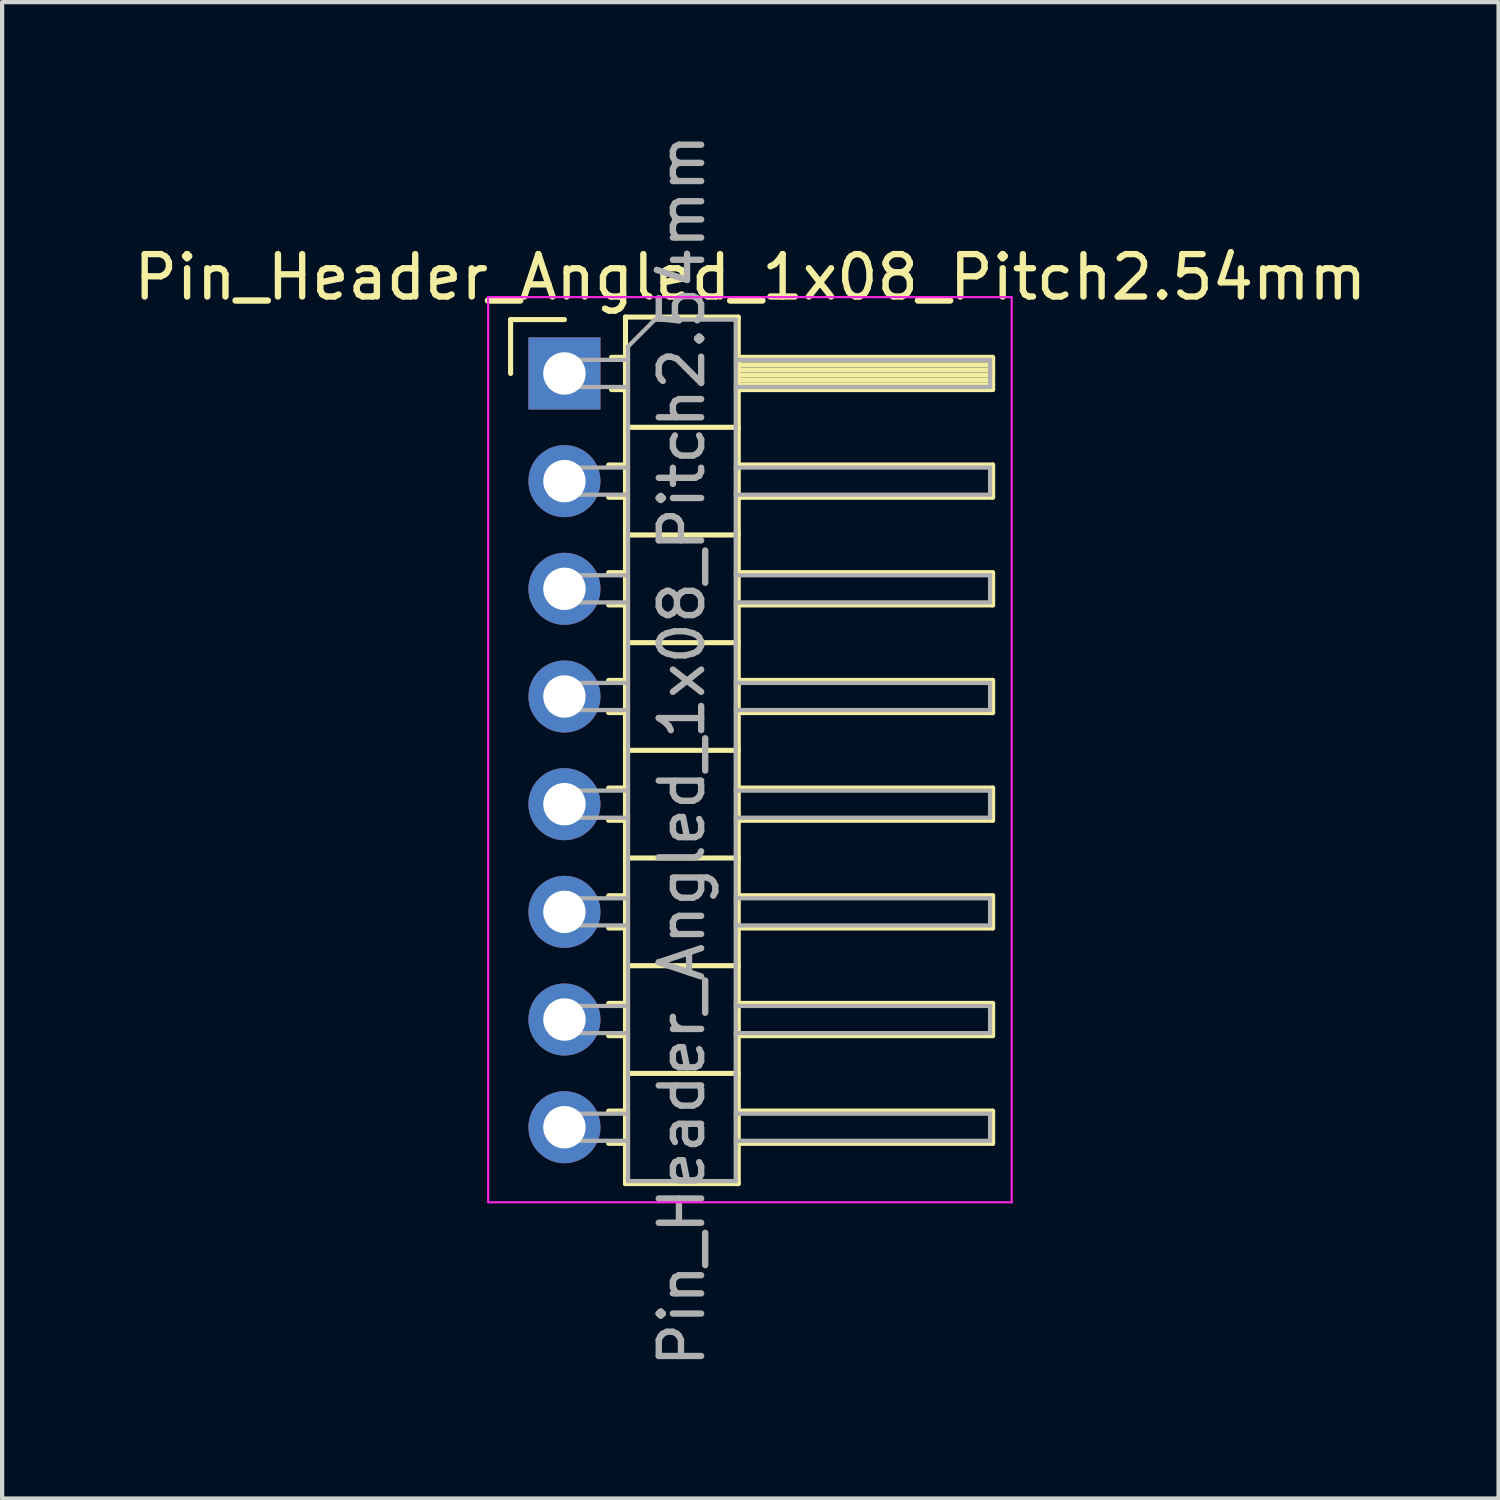
<source format=kicad_pcb>
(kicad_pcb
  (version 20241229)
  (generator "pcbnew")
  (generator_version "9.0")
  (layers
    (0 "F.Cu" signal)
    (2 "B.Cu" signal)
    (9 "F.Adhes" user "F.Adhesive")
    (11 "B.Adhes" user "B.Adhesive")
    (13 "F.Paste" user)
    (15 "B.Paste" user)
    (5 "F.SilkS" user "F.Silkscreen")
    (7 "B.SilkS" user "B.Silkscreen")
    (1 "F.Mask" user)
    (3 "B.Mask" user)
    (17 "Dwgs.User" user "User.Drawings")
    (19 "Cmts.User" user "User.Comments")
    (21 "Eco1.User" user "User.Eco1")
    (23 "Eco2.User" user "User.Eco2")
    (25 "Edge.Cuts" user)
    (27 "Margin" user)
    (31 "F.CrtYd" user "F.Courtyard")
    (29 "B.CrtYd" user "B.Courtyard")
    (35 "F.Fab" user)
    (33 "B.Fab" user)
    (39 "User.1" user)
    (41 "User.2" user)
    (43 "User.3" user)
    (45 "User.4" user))
  (footprint "Pin_Header_Angled_1x08_Pitch2.54mm"
    (layer "F.Cu")
    (at 10.264 5.759)
    (property "Reference" "Pin_Header_Angled_1x08_Pitch2.54mm" (at 4.385 -2.27 0) (layer "F.SilkS") (effects (font (size 1 1) (thickness 0.15))))
    (attr through_hole)
    (fp_line (start -1.27 -1.27) (end 0 -1.27) (stroke (width 0.12) (type solid)) (layer "F.SilkS"))
    (fp_line (start -1.27 0) (end -1.27 -1.27) (stroke (width 0.12) (type solid)) (layer "F.SilkS"))
    (fp_line (start 1.043 2.16) (end 1.44 2.16) (stroke (width 0.12) (type solid)) (layer "F.SilkS"))
    (fp_line (start 1.043 2.92) (end 1.44 2.92) (stroke (width 0.12) (type solid)) (layer "F.SilkS"))
    (fp_line (start 1.043 4.7) (end 1.44 4.7) (stroke (width 0.12) (type solid)) (layer "F.SilkS"))
    (fp_line (start 1.043 5.46) (end 1.44 5.46) (stroke (width 0.12) (type solid)) (layer "F.SilkS"))
    (fp_line (start 1.043 7.24) (end 1.44 7.24) (stroke (width 0.12) (type solid)) (layer "F.SilkS"))
    (fp_line (start 1.043 8) (end 1.44 8) (stroke (width 0.12) (type solid)) (layer "F.SilkS"))
    (fp_line (start 1.043 9.78) (end 1.44 9.78) (stroke (width 0.12) (type solid)) (layer "F.SilkS"))
    (fp_line (start 1.043 10.54) (end 1.44 10.54) (stroke (width 0.12) (type solid)) (layer "F.SilkS"))
    (fp_line (start 1.043 12.32) (end 1.44 12.32) (stroke (width 0.12) (type solid)) (layer "F.SilkS"))
    (fp_line (start 1.043 13.08) (end 1.44 13.08) (stroke (width 0.12) (type solid)) (layer "F.SilkS"))
    (fp_line (start 1.043 14.86) (end 1.44 14.86) (stroke (width 0.12) (type solid)) (layer "F.SilkS"))
    (fp_line (start 1.043 15.62) (end 1.44 15.62) (stroke (width 0.12) (type solid)) (layer "F.SilkS"))
    (fp_line (start 1.043 17.4) (end 1.44 17.4) (stroke (width 0.12) (type solid)) (layer "F.SilkS"))
    (fp_line (start 1.043 18.16) (end 1.44 18.16) (stroke (width 0.12) (type solid)) (layer "F.SilkS"))
    (fp_line (start 1.11 -0.38) (end 1.44 -0.38) (stroke (width 0.12) (type solid)) (layer "F.SilkS"))
    (fp_line (start 1.11 0.38) (end 1.44 0.38) (stroke (width 0.12) (type solid)) (layer "F.SilkS"))
    (fp_line (start 1.44 -1.33) (end 1.44 19.11) (stroke (width 0.12) (type solid)) (layer "F.SilkS"))
    (fp_line (start 1.44 1.27) (end 4.1 1.27) (stroke (width 0.12) (type solid)) (layer "F.SilkS"))
    (fp_line (start 1.44 3.81) (end 4.1 3.81) (stroke (width 0.12) (type solid)) (layer "F.SilkS"))
    (fp_line (start 1.44 6.35) (end 4.1 6.35) (stroke (width 0.12) (type solid)) (layer "F.SilkS"))
    (fp_line (start 1.44 8.89) (end 4.1 8.89) (stroke (width 0.12) (type solid)) (layer "F.SilkS"))
    (fp_line (start 1.44 11.43) (end 4.1 11.43) (stroke (width 0.12) (type solid)) (layer "F.SilkS"))
    (fp_line (start 1.44 13.97) (end 4.1 13.97) (stroke (width 0.12) (type solid)) (layer "F.SilkS"))
    (fp_line (start 1.44 16.51) (end 4.1 16.51) (stroke (width 0.12) (type solid)) (layer "F.SilkS"))
    (fp_line (start 1.44 19.11) (end 4.1 19.11) (stroke (width 0.12) (type solid)) (layer "F.SilkS"))
    (fp_line (start 4.1 -1.33) (end 1.44 -1.33) (stroke (width 0.12) (type solid)) (layer "F.SilkS"))
    (fp_line (start 4.1 -0.38) (end 10.1 -0.38) (stroke (width 0.12) (type solid)) (layer "F.SilkS"))
    (fp_line (start 4.1 -0.32) (end 10.1 -0.32) (stroke (width 0.12) (type solid)) (layer "F.SilkS"))
    (fp_line (start 4.1 -0.2) (end 10.1 -0.2) (stroke (width 0.12) (type solid)) (layer "F.SilkS"))
    (fp_line (start 4.1 -0.08) (end 10.1 -0.08) (stroke (width 0.12) (type solid)) (layer "F.SilkS"))
    (fp_line (start 4.1 0.04) (end 10.1 0.04) (stroke (width 0.12) (type solid)) (layer "F.SilkS"))
    (fp_line (start 4.1 0.16) (end 10.1 0.16) (stroke (width 0.12) (type solid)) (layer "F.SilkS"))
    (fp_line (start 4.1 0.28) (end 10.1 0.28) (stroke (width 0.12) (type solid)) (layer "F.SilkS"))
    (fp_line (start 4.1 2.16) (end 10.1 2.16) (stroke (width 0.12) (type solid)) (layer "F.SilkS"))
    (fp_line (start 4.1 4.7) (end 10.1 4.7) (stroke (width 0.12) (type solid)) (layer "F.SilkS"))
    (fp_line (start 4.1 7.24) (end 10.1 7.24) (stroke (width 0.12) (type solid)) (layer "F.SilkS"))
    (fp_line (start 4.1 9.78) (end 10.1 9.78) (stroke (width 0.12) (type solid)) (layer "F.SilkS"))
    (fp_line (start 4.1 12.32) (end 10.1 12.32) (stroke (width 0.12) (type solid)) (layer "F.SilkS"))
    (fp_line (start 4.1 14.86) (end 10.1 14.86) (stroke (width 0.12) (type solid)) (layer "F.SilkS"))
    (fp_line (start 4.1 17.4) (end 10.1 17.4) (stroke (width 0.12) (type solid)) (layer "F.SilkS"))
    (fp_line (start 4.1 19.11) (end 4.1 -1.33) (stroke (width 0.12) (type solid)) (layer "F.SilkS"))
    (fp_line (start 10.1 -0.38) (end 10.1 0.38) (stroke (width 0.12) (type solid)) (layer "F.SilkS"))
    (fp_line (start 10.1 0.38) (end 4.1 0.38) (stroke (width 0.12) (type solid)) (layer "F.SilkS"))
    (fp_line (start 10.1 2.16) (end 10.1 2.92) (stroke (width 0.12) (type solid)) (layer "F.SilkS"))
    (fp_line (start 10.1 2.92) (end 4.1 2.92) (stroke (width 0.12) (type solid)) (layer "F.SilkS"))
    (fp_line (start 10.1 4.7) (end 10.1 5.46) (stroke (width 0.12) (type solid)) (layer "F.SilkS"))
    (fp_line (start 10.1 5.46) (end 4.1 5.46) (stroke (width 0.12) (type solid)) (layer "F.SilkS"))
    (fp_line (start 10.1 7.24) (end 10.1 8) (stroke (width 0.12) (type solid)) (layer "F.SilkS"))
    (fp_line (start 10.1 8) (end 4.1 8) (stroke (width 0.12) (type solid)) (layer "F.SilkS"))
    (fp_line (start 10.1 9.78) (end 10.1 10.54) (stroke (width 0.12) (type solid)) (layer "F.SilkS"))
    (fp_line (start 10.1 10.54) (end 4.1 10.54) (stroke (width 0.12) (type solid)) (layer "F.SilkS"))
    (fp_line (start 10.1 12.32) (end 10.1 13.08) (stroke (width 0.12) (type solid)) (layer "F.SilkS"))
    (fp_line (start 10.1 13.08) (end 4.1 13.08) (stroke (width 0.12) (type solid)) (layer "F.SilkS"))
    (fp_line (start 10.1 14.86) (end 10.1 15.62) (stroke (width 0.12) (type solid)) (layer "F.SilkS"))
    (fp_line (start 10.1 15.62) (end 4.1 15.62) (stroke (width 0.12) (type solid)) (layer "F.SilkS"))
    (fp_line (start 10.1 17.4) (end 10.1 18.16) (stroke (width 0.12) (type solid)) (layer "F.SilkS"))
    (fp_line (start 10.1 18.16) (end 4.1 18.16) (stroke (width 0.12) (type solid)) (layer "F.SilkS"))
    (fp_line (start -1.8 -1.8) (end -1.8 19.55) (stroke (width 0.05) (type solid)) (layer "F.CrtYd"))
    (fp_line (start -1.8 19.55) (end 10.55 19.55) (stroke (width 0.05) (type solid)) (layer "F.CrtYd"))
    (fp_line (start 10.55 -1.8) (end -1.8 -1.8) (stroke (width 0.05) (type solid)) (layer "F.CrtYd"))
    (fp_line (start 10.55 19.55) (end 10.55 -1.8) (stroke (width 0.05) (type solid)) (layer "F.CrtYd"))
    (fp_line (start -0.32 -0.32) (end -0.32 0.32) (stroke (width 0.1) (type solid)) (layer "F.Fab"))
    (fp_line (start -0.32 -0.32) (end 1.5 -0.32) (stroke (width 0.1) (type solid)) (layer "F.Fab"))
    (fp_line (start -0.32 0.32) (end 1.5 0.32) (stroke (width 0.1) (type solid)) (layer "F.Fab"))
    (fp_line (start -0.32 2.22) (end -0.32 2.86) (stroke (width 0.1) (type solid)) (layer "F.Fab"))
    (fp_line (start -0.32 2.22) (end 1.5 2.22) (stroke (width 0.1) (type solid)) (layer "F.Fab"))
    (fp_line (start -0.32 2.86) (end 1.5 2.86) (stroke (width 0.1) (type solid)) (layer "F.Fab"))
    (fp_line (start -0.32 4.76) (end -0.32 5.4) (stroke (width 0.1) (type solid)) (layer "F.Fab"))
    (fp_line (start -0.32 4.76) (end 1.5 4.76) (stroke (width 0.1) (type solid)) (layer "F.Fab"))
    (fp_line (start -0.32 5.4) (end 1.5 5.4) (stroke (width 0.1) (type solid)) (layer "F.Fab"))
    (fp_line (start -0.32 7.3) (end -0.32 7.94) (stroke (width 0.1) (type solid)) (layer "F.Fab"))
    (fp_line (start -0.32 7.3) (end 1.5 7.3) (stroke (width 0.1) (type solid)) (layer "F.Fab"))
    (fp_line (start -0.32 7.94) (end 1.5 7.94) (stroke (width 0.1) (type solid)) (layer "F.Fab"))
    (fp_line (start -0.32 9.84) (end -0.32 10.48) (stroke (width 0.1) (type solid)) (layer "F.Fab"))
    (fp_line (start -0.32 9.84) (end 1.5 9.84) (stroke (width 0.1) (type solid)) (layer "F.Fab"))
    (fp_line (start -0.32 10.48) (end 1.5 10.48) (stroke (width 0.1) (type solid)) (layer "F.Fab"))
    (fp_line (start -0.32 12.38) (end -0.32 13.02) (stroke (width 0.1) (type solid)) (layer "F.Fab"))
    (fp_line (start -0.32 12.38) (end 1.5 12.38) (stroke (width 0.1) (type solid)) (layer "F.Fab"))
    (fp_line (start -0.32 13.02) (end 1.5 13.02) (stroke (width 0.1) (type solid)) (layer "F.Fab"))
    (fp_line (start -0.32 14.92) (end -0.32 15.56) (stroke (width 0.1) (type solid)) (layer "F.Fab"))
    (fp_line (start -0.32 14.92) (end 1.5 14.92) (stroke (width 0.1) (type solid)) (layer "F.Fab"))
    (fp_line (start -0.32 15.56) (end 1.5 15.56) (stroke (width 0.1) (type solid)) (layer "F.Fab"))
    (fp_line (start -0.32 17.46) (end -0.32 18.1) (stroke (width 0.1) (type solid)) (layer "F.Fab"))
    (fp_line (start -0.32 17.46) (end 1.5 17.46) (stroke (width 0.1) (type solid)) (layer "F.Fab"))
    (fp_line (start -0.32 18.1) (end 1.5 18.1) (stroke (width 0.1) (type solid)) (layer "F.Fab"))
    (fp_line (start 1.5 -0.635) (end 2.135 -1.27) (stroke (width 0.1) (type solid)) (layer "F.Fab"))
    (fp_line (start 1.5 19.05) (end 1.5 -0.635) (stroke (width 0.1) (type solid)) (layer "F.Fab"))
    (fp_line (start 2.135 -1.27) (end 4.04 -1.27) (stroke (width 0.1) (type solid)) (layer "F.Fab"))
    (fp_line (start 4.04 -1.27) (end 4.04 19.05) (stroke (width 0.1) (type solid)) (layer "F.Fab"))
    (fp_line (start 4.04 -0.32) (end 10.04 -0.32) (stroke (width 0.1) (type solid)) (layer "F.Fab"))
    (fp_line (start 4.04 0.32) (end 10.04 0.32) (stroke (width 0.1) (type solid)) (layer "F.Fab"))
    (fp_line (start 4.04 2.22) (end 10.04 2.22) (stroke (width 0.1) (type solid)) (layer "F.Fab"))
    (fp_line (start 4.04 2.86) (end 10.04 2.86) (stroke (width 0.1) (type solid)) (layer "F.Fab"))
    (fp_line (start 4.04 4.76) (end 10.04 4.76) (stroke (width 0.1) (type solid)) (layer "F.Fab"))
    (fp_line (start 4.04 5.4) (end 10.04 5.4) (stroke (width 0.1) (type solid)) (layer "F.Fab"))
    (fp_line (start 4.04 7.3) (end 10.04 7.3) (stroke (width 0.1) (type solid)) (layer "F.Fab"))
    (fp_line (start 4.04 7.94) (end 10.04 7.94) (stroke (width 0.1) (type solid)) (layer "F.Fab"))
    (fp_line (start 4.04 9.84) (end 10.04 9.84) (stroke (width 0.1) (type solid)) (layer "F.Fab"))
    (fp_line (start 4.04 10.48) (end 10.04 10.48) (stroke (width 0.1) (type solid)) (layer "F.Fab"))
    (fp_line (start 4.04 12.38) (end 10.04 12.38) (stroke (width 0.1) (type solid)) (layer "F.Fab"))
    (fp_line (start 4.04 13.02) (end 10.04 13.02) (stroke (width 0.1) (type solid)) (layer "F.Fab"))
    (fp_line (start 4.04 14.92) (end 10.04 14.92) (stroke (width 0.1) (type solid)) (layer "F.Fab"))
    (fp_line (start 4.04 15.56) (end 10.04 15.56) (stroke (width 0.1) (type solid)) (layer "F.Fab"))
    (fp_line (start 4.04 17.46) (end 10.04 17.46) (stroke (width 0.1) (type solid)) (layer "F.Fab"))
    (fp_line (start 4.04 18.1) (end 10.04 18.1) (stroke (width 0.1) (type solid)) (layer "F.Fab"))
    (fp_line (start 4.04 19.05) (end 1.5 19.05) (stroke (width 0.1) (type solid)) (layer "F.Fab"))
    (fp_line (start 10.04 -0.32) (end 10.04 0.32) (stroke (width 0.1) (type solid)) (layer "F.Fab"))
    (fp_line (start 10.04 2.22) (end 10.04 2.86) (stroke (width 0.1) (type solid)) (layer "F.Fab"))
    (fp_line (start 10.04 4.76) (end 10.04 5.4) (stroke (width 0.1) (type solid)) (layer "F.Fab"))
    (fp_line (start 10.04 7.3) (end 10.04 7.94) (stroke (width 0.1) (type solid)) (layer "F.Fab"))
    (fp_line (start 10.04 9.84) (end 10.04 10.48) (stroke (width 0.1) (type solid)) (layer "F.Fab"))
    (fp_line (start 10.04 12.38) (end 10.04 13.02) (stroke (width 0.1) (type solid)) (layer "F.Fab"))
    (fp_line (start 10.04 14.92) (end 10.04 15.56) (stroke (width 0.1) (type solid)) (layer "F.Fab"))
    (fp_line (start 10.04 17.46) (end 10.04 18.1) (stroke (width 0.1) (type solid)) (layer "F.Fab"))
    (fp_text user "${REFERENCE}" (at 2.77 8.89 90) (layer "F.Fab") (effects (font (size 1 1) (thickness 0.15))))
    (pad "1" thru_hole rect (at 0 0) (size 1.7 1.7) (drill 1) (layers "*.Cu" "*.Mask"))
    (pad "2" thru_hole oval (at 0 2.54) (size 1.7 1.7) (drill 1) (layers "*.Cu" "*.Mask"))
    (pad "3" thru_hole oval (at 0 5.08) (size 1.7 1.7) (drill 1) (layers "*.Cu" "*.Mask"))
    (pad "4" thru_hole oval (at 0 7.62) (size 1.7 1.7) (drill 1) (layers "*.Cu" "*.Mask"))
    (pad "5" thru_hole oval (at 0 10.16) (size 1.7 1.7) (drill 1) (layers "*.Cu" "*.Mask"))
    (pad "6" thru_hole oval (at 0 12.7) (size 1.7 1.7) (drill 1) (layers "*.Cu" "*.Mask"))
    (pad "7" thru_hole oval (at 0 15.24) (size 1.7 1.7) (drill 1) (layers "*.Cu" "*.Mask"))
    (pad "8" thru_hole oval (at 0 17.78) (size 1.7 1.7) (drill 1) (layers "*.Cu" "*.Mask")))
  (gr_rect
    (start -3 -3)
    (end 32.298 32.298)
    (stroke (width 0.1) (type default))
    (fill no)
    (layer "Edge.Cuts")))
</source>
